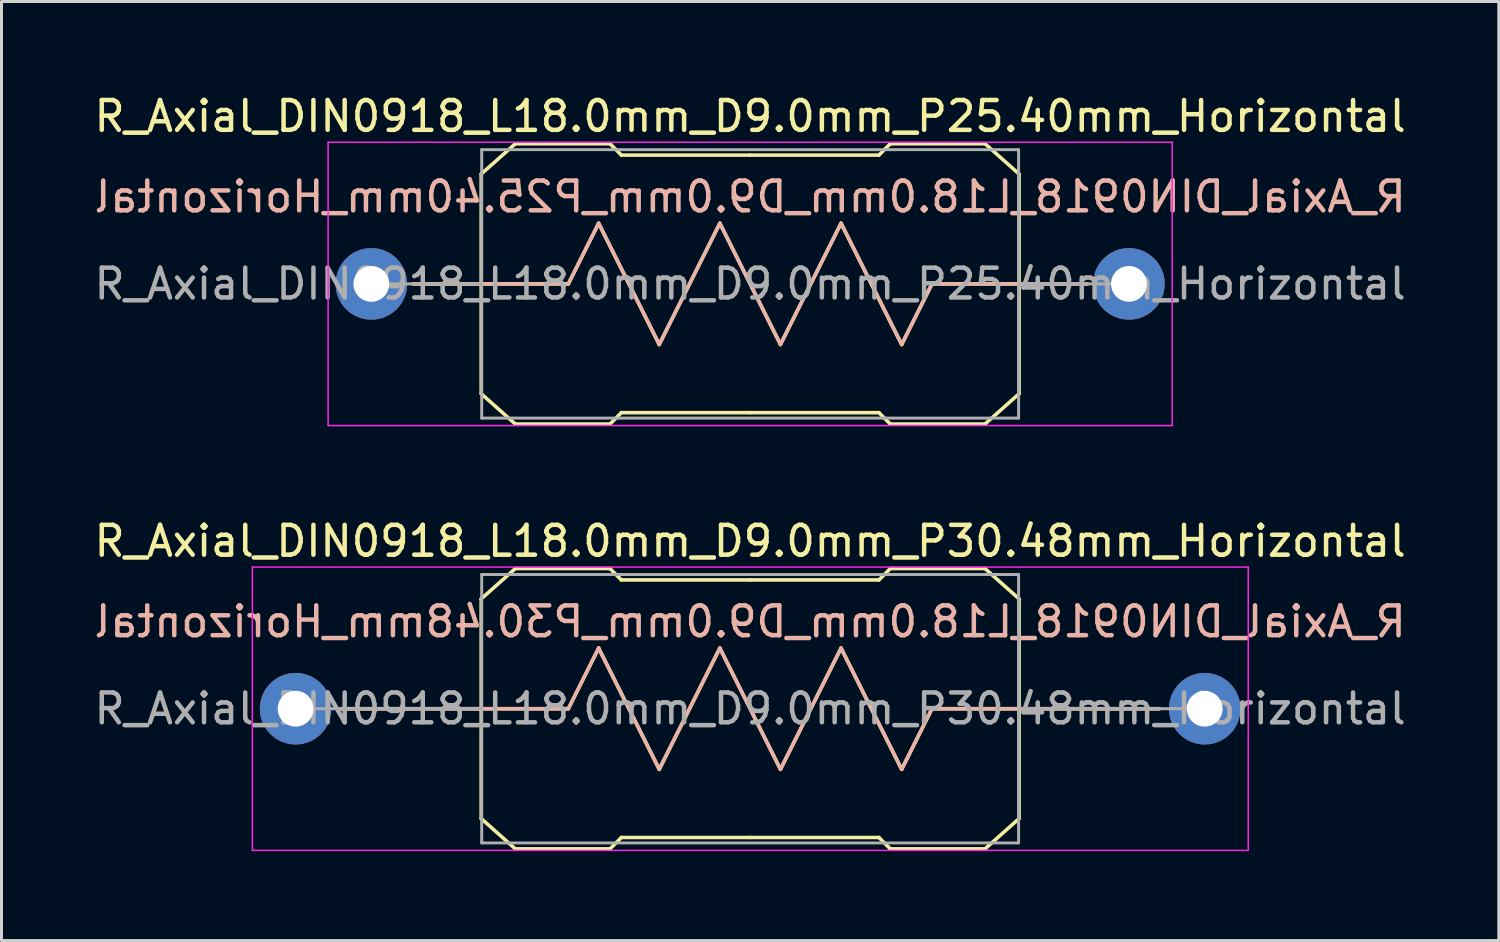
<source format=kicad_pcb>
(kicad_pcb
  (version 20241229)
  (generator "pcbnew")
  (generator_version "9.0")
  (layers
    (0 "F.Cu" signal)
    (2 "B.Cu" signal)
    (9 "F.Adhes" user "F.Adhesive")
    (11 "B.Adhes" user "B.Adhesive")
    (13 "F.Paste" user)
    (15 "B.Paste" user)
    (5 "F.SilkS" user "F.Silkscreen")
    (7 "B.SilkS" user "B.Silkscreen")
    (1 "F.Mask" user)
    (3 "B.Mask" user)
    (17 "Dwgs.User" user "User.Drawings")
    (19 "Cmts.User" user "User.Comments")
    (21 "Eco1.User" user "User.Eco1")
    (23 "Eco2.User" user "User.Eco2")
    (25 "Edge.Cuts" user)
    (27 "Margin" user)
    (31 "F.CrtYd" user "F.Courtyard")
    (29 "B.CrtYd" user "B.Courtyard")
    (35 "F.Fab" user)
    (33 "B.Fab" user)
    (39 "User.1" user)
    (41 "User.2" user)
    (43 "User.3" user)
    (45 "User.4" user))
  (footprint "R_Axial_DIN0918_L18.0mm_D9.0mm_P25.40mm_Horizontal"
    (layer "F.Cu")
    (at 9.401 6.468)
    (property "Reference" "R_Axial_DIN0918_L18.0mm_D9.0mm_P25.40mm_Horizontal" (at 12.7 -5.62 0) (layer "F.SilkS") (effects (font (size 1 1) (thickness 0.15))))
    (attr through_hole)
    (fp_line (start 3.683 -3.683) (end 3.683 3.683) (stroke (width 0.12) (type solid)) (layer "F.SilkS"))
    (fp_line (start 3.683 -3.683) (end 4.826 -4.699) (stroke (width 0.12) (type solid)) (layer "F.SilkS"))
    (fp_line (start 3.683 0) (end 1.397 0) (stroke (width 0.12) (type solid)) (layer "F.SilkS"))
    (fp_line (start 3.683 0) (end 6.604 0) (stroke (width 0.12) (type solid)) (layer "F.SilkS"))
    (fp_line (start 3.683 3.683) (end 4.826 4.699) (stroke (width 0.12) (type solid)) (layer "F.SilkS"))
    (fp_line (start 4.826 -4.699) (end 8.001 -4.699) (stroke (width 0.12) (type solid)) (layer "F.SilkS"))
    (fp_line (start 4.826 4.699) (end 8.001 4.699) (stroke (width 0.12) (type solid)) (layer "F.SilkS"))
    (fp_line (start 6.604 0) (end 7.62 -2.032) (stroke (width 0.12) (type solid)) (layer "F.SilkS"))
    (fp_line (start 7.62 -2.032) (end 9.652 2.032) (stroke (width 0.12) (type solid)) (layer "F.SilkS"))
    (fp_line (start 8.001 -4.699) (end 8.382 -4.318) (stroke (width 0.12) (type solid)) (layer "F.SilkS"))
    (fp_line (start 8.001 4.699) (end 8.382 4.318) (stroke (width 0.12) (type solid)) (layer "F.SilkS"))
    (fp_line (start 8.382 -4.318) (end 12.7 -4.318) (stroke (width 0.12) (type solid)) (layer "F.SilkS"))
    (fp_line (start 8.382 4.318) (end 12.7 4.318) (stroke (width 0.12) (type solid)) (layer "F.SilkS"))
    (fp_line (start 9.652 2.032) (end 11.684 -2.032) (stroke (width 0.12) (type solid)) (layer "F.SilkS"))
    (fp_line (start 11.684 -2.032) (end 13.716 2.032) (stroke (width 0.12) (type solid)) (layer "F.SilkS"))
    (fp_line (start 13.716 2.032) (end 15.748 -2.032) (stroke (width 0.12) (type solid)) (layer "F.SilkS"))
    (fp_line (start 15.748 -2.032) (end 17.78 2.032) (stroke (width 0.12) (type solid)) (layer "F.SilkS"))
    (fp_line (start 17.018 -4.318) (end 12.7 -4.318) (stroke (width 0.12) (type solid)) (layer "F.SilkS"))
    (fp_line (start 17.018 4.318) (end 12.7 4.318) (stroke (width 0.12) (type solid)) (layer "F.SilkS"))
    (fp_line (start 17.399 -4.699) (end 17.018 -4.318) (stroke (width 0.12) (type solid)) (layer "F.SilkS"))
    (fp_line (start 17.399 4.699) (end 17.018 4.318) (stroke (width 0.12) (type solid)) (layer "F.SilkS"))
    (fp_line (start 17.78 2.032) (end 18.796 0) (stroke (width 0.12) (type solid)) (layer "F.SilkS"))
    (fp_line (start 20.574 -4.699) (end 17.399 -4.699) (stroke (width 0.12) (type solid)) (layer "F.SilkS"))
    (fp_line (start 20.574 4.699) (end 17.399 4.699) (stroke (width 0.12) (type solid)) (layer "F.SilkS"))
    (fp_line (start 21.717 -3.683) (end 20.574 -4.699) (stroke (width 0.12) (type solid)) (layer "F.SilkS"))
    (fp_line (start 21.717 -3.683) (end 21.717 3.683) (stroke (width 0.12) (type solid)) (layer "F.SilkS"))
    (fp_line (start 21.717 0) (end 18.796 0) (stroke (width 0.12) (type solid)) (layer "F.SilkS"))
    (fp_line (start 21.717 0) (end 24.003 0) (stroke (width 0.12) (type solid)) (layer "F.SilkS"))
    (fp_line (start 21.717 3.683) (end 20.574 4.699) (stroke (width 0.12) (type solid)) (layer "F.SilkS"))
    (fp_line (start 1.397 0) (end 6.604 0) (stroke (width 0.12) (type solid)) (layer "B.SilkS"))
    (fp_line (start 6.604 0) (end 7.62 -2.032) (stroke (width 0.12) (type solid)) (layer "B.SilkS"))
    (fp_line (start 7.62 -2.032) (end 9.652 2.032) (stroke (width 0.12) (type solid)) (layer "B.SilkS"))
    (fp_line (start 9.652 2.032) (end 11.684 -2.032) (stroke (width 0.12) (type solid)) (layer "B.SilkS"))
    (fp_line (start 11.684 -2.032) (end 13.716 2.032) (stroke (width 0.12) (type solid)) (layer "B.SilkS"))
    (fp_line (start 13.716 2.032) (end 15.748 -2.032) (stroke (width 0.12) (type solid)) (layer "B.SilkS"))
    (fp_line (start 15.748 -2.032) (end 17.78 2.032) (stroke (width 0.12) (type solid)) (layer "B.SilkS"))
    (fp_line (start 17.78 2.032) (end 18.796 0) (stroke (width 0.12) (type solid)) (layer "B.SilkS"))
    (fp_line (start 18.796 0) (end 24.003 0) (stroke (width 0.12) (type solid)) (layer "B.SilkS"))
    (fp_line (start -1.45 -4.75) (end -1.45 4.75) (stroke (width 0.05) (type solid)) (layer "F.CrtYd"))
    (fp_line (start -1.45 4.75) (end 26.85 4.75) (stroke (width 0.05) (type solid)) (layer "F.CrtYd"))
    (fp_line (start 26.85 -4.75) (end -1.45 -4.75) (stroke (width 0.05) (type solid)) (layer "F.CrtYd"))
    (fp_line (start 26.85 4.75) (end 26.85 -4.75) (stroke (width 0.05) (type solid)) (layer "F.CrtYd"))
    (fp_line (start 0 0) (end 3.7 0) (stroke (width 0.1) (type solid)) (layer "F.Fab"))
    (fp_line (start 3.7 -4.5) (end 3.7 4.5) (stroke (width 0.1) (type solid)) (layer "F.Fab"))
    (fp_line (start 3.7 4.5) (end 21.7 4.5) (stroke (width 0.1) (type solid)) (layer "F.Fab"))
    (fp_line (start 21.7 -4.5) (end 3.7 -4.5) (stroke (width 0.1) (type solid)) (layer "F.Fab"))
    (fp_line (start 21.7 4.5) (end 21.7 -4.5) (stroke (width 0.1) (type solid)) (layer "F.Fab"))
    (fp_line (start 25.4 0) (end 21.7 0) (stroke (width 0.1) (type solid)) (layer "F.Fab"))
    (fp_text user "${REFERENCE}" (at 12.7 -2.921 0) (unlocked yes) (layer "B.SilkS") (effects (font (size 1 1) (thickness 0.15)) (justify mirror)))
    (fp_text user "${REFERENCE}" (at 12.7 0 0) (layer "F.Fab") (effects (font (size 1 1) (thickness 0.15))))
    (pad "1" thru_hole circle (at 0 0) (size 2.4 2.4) (drill 1.2) (layers "*.Cu" "*.Mask"))
    (pad "2" thru_hole oval (at 25.4 0) (size 2.4 2.4) (drill 1.2) (layers "*.Cu" "*.Mask")))
  (footprint "R_Axial_DIN0918_L18.0mm_D9.0mm_P30.48mm_Horizontal"
    (layer "F.Cu")
    (at 6.861 20.712)
    (property "Reference" "R_Axial_DIN0918_L18.0mm_D9.0mm_P30.48mm_Horizontal" (at 15.24 -5.62 0) (layer "F.SilkS") (effects (font (size 1 1) (thickness 0.15))))
    (attr through_hole)
    (fp_line (start 6.223 -3.683) (end 6.223 3.683) (stroke (width 0.12) (type solid)) (layer "F.SilkS"))
    (fp_line (start 6.223 -3.683) (end 7.366 -4.699) (stroke (width 0.12) (type solid)) (layer "F.SilkS"))
    (fp_line (start 6.223 0) (end 1.524 0) (stroke (width 0.12) (type solid)) (layer "F.SilkS"))
    (fp_line (start 6.223 0) (end 9.144 0) (stroke (width 0.12) (type solid)) (layer "F.SilkS"))
    (fp_line (start 6.223 3.683) (end 7.366 4.699) (stroke (width 0.12) (type solid)) (layer "F.SilkS"))
    (fp_line (start 7.366 -4.699) (end 10.541 -4.699) (stroke (width 0.12) (type solid)) (layer "F.SilkS"))
    (fp_line (start 7.366 4.699) (end 10.541 4.699) (stroke (width 0.12) (type solid)) (layer "F.SilkS"))
    (fp_line (start 9.144 0) (end 10.16 -2.032) (stroke (width 0.12) (type solid)) (layer "F.SilkS"))
    (fp_line (start 10.16 -2.032) (end 12.192 2.032) (stroke (width 0.12) (type solid)) (layer "F.SilkS"))
    (fp_line (start 10.541 -4.699) (end 10.922 -4.318) (stroke (width 0.12) (type solid)) (layer "F.SilkS"))
    (fp_line (start 10.541 4.699) (end 10.922 4.318) (stroke (width 0.12) (type solid)) (layer "F.SilkS"))
    (fp_line (start 10.922 -4.318) (end 15.24 -4.318) (stroke (width 0.12) (type solid)) (layer "F.SilkS"))
    (fp_line (start 10.922 4.318) (end 15.24 4.318) (stroke (width 0.12) (type solid)) (layer "F.SilkS"))
    (fp_line (start 12.192 2.032) (end 14.224 -2.032) (stroke (width 0.12) (type solid)) (layer "F.SilkS"))
    (fp_line (start 14.224 -2.032) (end 16.256 2.032) (stroke (width 0.12) (type solid)) (layer "F.SilkS"))
    (fp_line (start 16.256 2.032) (end 18.288 -2.032) (stroke (width 0.12) (type solid)) (layer "F.SilkS"))
    (fp_line (start 18.288 -2.032) (end 20.32 2.032) (stroke (width 0.12) (type solid)) (layer "F.SilkS"))
    (fp_line (start 19.558 -4.318) (end 15.24 -4.318) (stroke (width 0.12) (type solid)) (layer "F.SilkS"))
    (fp_line (start 19.558 4.318) (end 15.24 4.318) (stroke (width 0.12) (type solid)) (layer "F.SilkS"))
    (fp_line (start 19.939 -4.699) (end 19.558 -4.318) (stroke (width 0.12) (type solid)) (layer "F.SilkS"))
    (fp_line (start 19.939 4.699) (end 19.558 4.318) (stroke (width 0.12) (type solid)) (layer "F.SilkS"))
    (fp_line (start 20.32 2.032) (end 21.336 0) (stroke (width 0.12) (type solid)) (layer "F.SilkS"))
    (fp_line (start 23.114 -4.699) (end 19.939 -4.699) (stroke (width 0.12) (type solid)) (layer "F.SilkS"))
    (fp_line (start 23.114 4.699) (end 19.939 4.699) (stroke (width 0.12) (type solid)) (layer "F.SilkS"))
    (fp_line (start 24.257 -3.683) (end 23.114 -4.699) (stroke (width 0.12) (type solid)) (layer "F.SilkS"))
    (fp_line (start 24.257 -3.683) (end 24.257 3.683) (stroke (width 0.12) (type solid)) (layer "F.SilkS"))
    (fp_line (start 24.257 0) (end 21.336 0) (stroke (width 0.12) (type solid)) (layer "F.SilkS"))
    (fp_line (start 24.257 0) (end 28.956 0) (stroke (width 0.12) (type solid)) (layer "F.SilkS"))
    (fp_line (start 24.257 3.683) (end 23.114 4.699) (stroke (width 0.12) (type solid)) (layer "F.SilkS"))
    (fp_line (start 1.524 0) (end 9.144 0) (stroke (width 0.12) (type solid)) (layer "B.SilkS"))
    (fp_line (start 9.144 0) (end 10.16 -2.032) (stroke (width 0.12) (type solid)) (layer "B.SilkS"))
    (fp_line (start 10.16 -2.032) (end 12.192 2.032) (stroke (width 0.12) (type solid)) (layer "B.SilkS"))
    (fp_line (start 12.192 2.032) (end 14.224 -2.032) (stroke (width 0.12) (type solid)) (layer "B.SilkS"))
    (fp_line (start 14.224 -2.032) (end 16.256 2.032) (stroke (width 0.12) (type solid)) (layer "B.SilkS"))
    (fp_line (start 16.256 2.032) (end 18.288 -2.032) (stroke (width 0.12) (type solid)) (layer "B.SilkS"))
    (fp_line (start 18.288 -2.032) (end 20.32 2.032) (stroke (width 0.12) (type solid)) (layer "B.SilkS"))
    (fp_line (start 20.32 2.032) (end 21.336 0) (stroke (width 0.12) (type solid)) (layer "B.SilkS"))
    (fp_line (start 21.336 0) (end 28.956 0) (stroke (width 0.12) (type solid)) (layer "B.SilkS"))
    (fp_line (start -1.45 -4.75) (end -1.45 4.75) (stroke (width 0.05) (type solid)) (layer "F.CrtYd"))
    (fp_line (start -1.45 4.75) (end 31.94 4.75) (stroke (width 0.05) (type solid)) (layer "F.CrtYd"))
    (fp_line (start 31.94 -4.75) (end -1.45 -4.75) (stroke (width 0.05) (type solid)) (layer "F.CrtYd"))
    (fp_line (start 31.94 4.75) (end 31.94 -4.75) (stroke (width 0.05) (type solid)) (layer "F.CrtYd"))
    (fp_line (start 0 0) (end 6.24 0) (stroke (width 0.1) (type solid)) (layer "F.Fab"))
    (fp_line (start 6.24 -4.5) (end 6.24 4.5) (stroke (width 0.1) (type solid)) (layer "F.Fab"))
    (fp_line (start 6.24 4.5) (end 24.24 4.5) (stroke (width 0.1) (type solid)) (layer "F.Fab"))
    (fp_line (start 24.24 -4.5) (end 6.24 -4.5) (stroke (width 0.1) (type solid)) (layer "F.Fab"))
    (fp_line (start 24.24 4.5) (end 24.24 -4.5) (stroke (width 0.1) (type solid)) (layer "F.Fab"))
    (fp_line (start 30.48 0) (end 24.24 0) (stroke (width 0.1) (type solid)) (layer "F.Fab"))
    (fp_text user "${REFERENCE}" (at 15.24 -2.921 0) (unlocked yes) (layer "B.SilkS") (effects (font (size 1 1) (thickness 0.15)) (justify mirror)))
    (fp_text user "${REFERENCE}" (at 15.24 0 0) (layer "F.Fab") (effects (font (size 1 1) (thickness 0.15))))
    (pad "1" thru_hole circle (at 0 0) (size 2.4 2.4) (drill 1.2) (layers "*.Cu" "*.Mask"))
    (pad "2" thru_hole oval (at 30.48 0) (size 2.4 2.4) (drill 1.2) (layers "*.Cu" "*.Mask")))
  (gr_rect
    (start -3 -3)
    (end 47.202 28.486)
    (stroke (width 0.1) (type default))
    (fill no)
    (layer "Edge.Cuts")))
</source>
